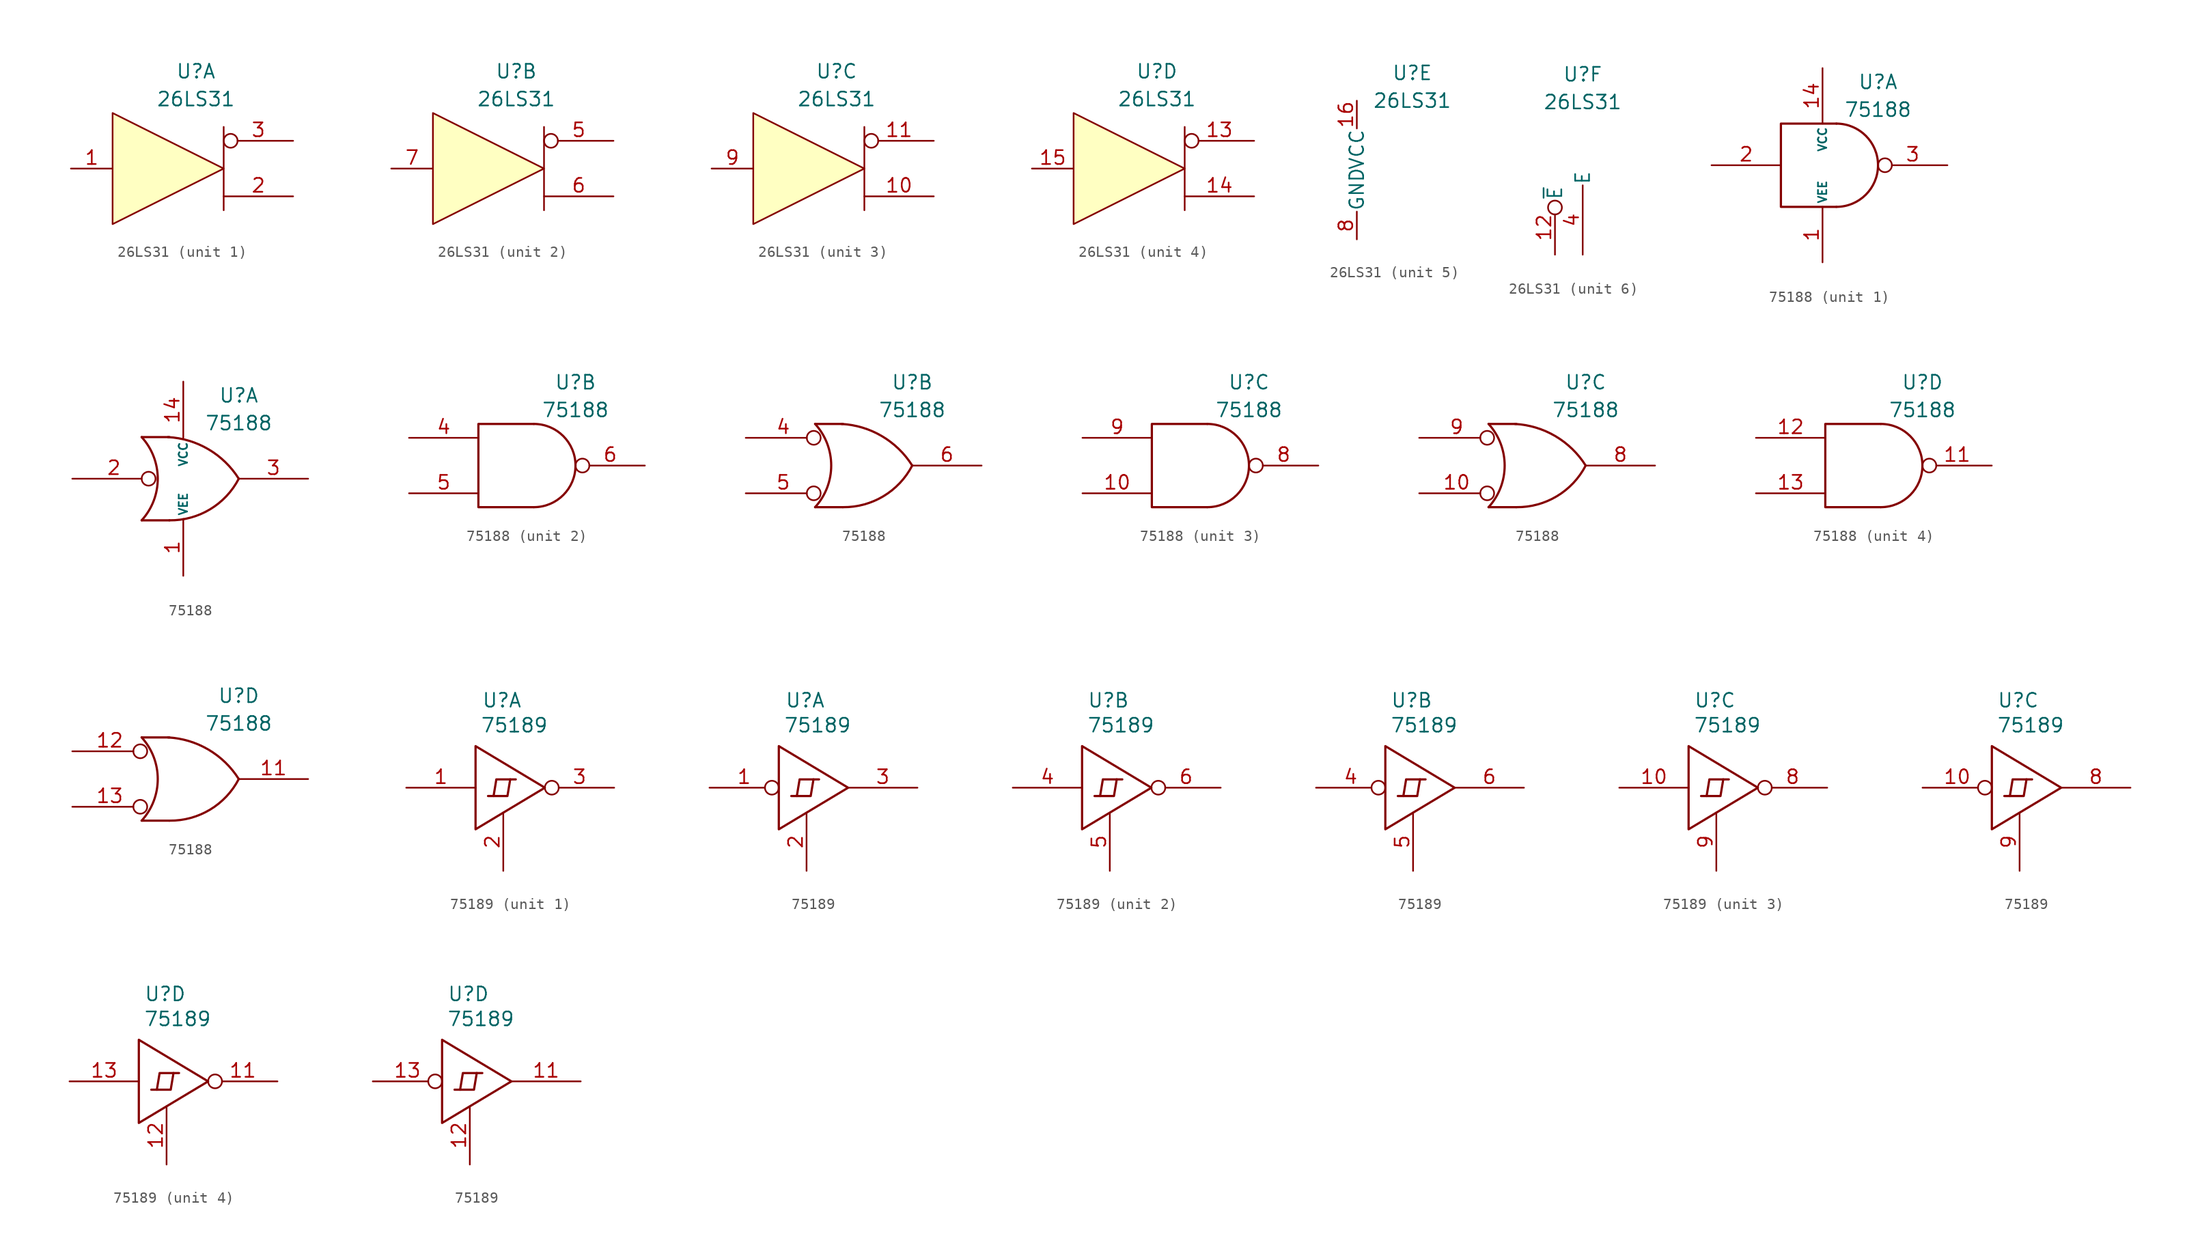
<source format=kicad_sym>
(kicad_symbol_lib
  (version 20211014)
  (generator kicad_symbol_editor)
  (symbol "26LS31"
    (pin_names
      (offset 0.025))
    (property "Reference" "U"
      (at 5.08 8.89 0)
      (effects (font (size 1.27 1.27))))
    (property "Value" "26LS31"
      (at 5.08 6.35 0)
      (effects (font (size 1.27 1.27))))
    (property "Footprint" ""
      (at 0 0 0)
      (effects (font (size 1.524 1.524))))
    (property "Datasheet" ""
      (at 0 0 0)
      (effects (font (size 1.524 1.524))))
    (property "ki_locked" ""
      (at 0 0 0)
      (effects (font (size 1.27 1.27))))
    (symbol "26LS31_1_0"
      (polyline (pts (xy 7.62 3.81) (xy 7.62 -3.81)) (stroke (width 0) (type default) (color 0 0 0 0)) (fill (type none)))
      (polyline (pts (xy 7.62 0) (xy -2.54 -5.08) (xy -2.54 5.08) (xy 7.62 0)) (stroke (width 0.152) (type default) (color 0 0 0 0)) (fill (type background))))
    (symbol "26LS31_1_1"
      (pin input line (at -6.35 0 0) (length 3.81) (name "~" (effects (font (size 1.27 1.27)))) (number "1" (effects (font (size 1.27 1.27)))))
      (pin tri_state line (at 13.97 -2.54 180) (length 6.35) (name "~" (effects (font (size 1.27 1.27)))) (number "2" (effects (font (size 1.27 1.27)))))
      (pin tri_state inverted (at 13.97 2.54 180) (length 6.35) (name "~" (effects (font (size 1.27 1.27)))) (number "3" (effects (font (size 1.27 1.27))))))
    (symbol "26LS31_2_0"
      (polyline (pts (xy 7.62 3.81) (xy 7.62 -3.81)) (stroke (width 0.152) (type default) (color 0 0 0 0)) (fill (type none)))
      (polyline (pts (xy 7.62 0) (xy -2.54 -5.08) (xy -2.54 5.08) (xy 7.62 0)) (stroke (width 0.152) (type default) (color 0 0 0 0)) (fill (type background))))
    (symbol "26LS31_2_1"
      (pin tri_state inverted (at 13.97 2.54 180) (length 6.35) (name "~" (effects (font (size 1.27 1.27)))) (number "5" (effects (font (size 1.27 1.27)))))
      (pin tri_state line (at 13.97 -2.54 180) (length 6.35) (name "~" (effects (font (size 1.27 1.27)))) (number "6" (effects (font (size 1.27 1.27)))))
      (pin input line (at -6.35 0 0) (length 3.81) (name "~" (effects (font (size 1.27 1.27)))) (number "7" (effects (font (size 1.27 1.27))))))
    (symbol "26LS31_3_0"
      (polyline (pts (xy 7.62 3.81) (xy 7.62 -3.81)) (stroke (width 0.152) (type default) (color 0 0 0 0)) (fill (type none)))
      (polyline (pts (xy 7.62 0) (xy -2.54 -5.08) (xy -2.54 5.08) (xy 7.62 0)) (stroke (width 0.152) (type default) (color 0 0 0 0)) (fill (type background))))
    (symbol "26LS31_3_1"
      (pin tri_state line (at 13.97 -2.54 180) (length 6.35) (name "~" (effects (font (size 1.27 1.27)))) (number "10" (effects (font (size 1.27 1.27)))))
      (pin tri_state inverted (at 13.97 2.54 180) (length 6.35) (name "~" (effects (font (size 1.27 1.27)))) (number "11" (effects (font (size 1.27 1.27)))))
      (pin input line (at -6.35 0 0) (length 3.81) (name "~" (effects (font (size 1.27 1.27)))) (number "9" (effects (font (size 1.27 1.27))))))
    (symbol "26LS31_4_0"
      (polyline (pts (xy 7.62 3.81) (xy 7.62 -3.81)) (stroke (width 0.152) (type default) (color 0 0 0 0)) (fill (type none)))
      (polyline (pts (xy 7.62 0) (xy -2.54 -5.08) (xy -2.54 5.08) (xy 7.62 0)) (stroke (width 0.152) (type default) (color 0 0 0 0)) (fill (type background))))
    (symbol "26LS31_4_1"
      (pin tri_state inverted (at 13.97 2.54 180) (length 6.35) (name "~" (effects (font (size 1.27 1.27)))) (number "13" (effects (font (size 1.27 1.27)))))
      (pin tri_state line (at 13.97 -2.54 180) (length 6.35) (name "~" (effects (font (size 1.27 1.27)))) (number "14" (effects (font (size 1.27 1.27)))))
      (pin input line (at -6.35 0 0) (length 3.81) (name "~" (effects (font (size 1.27 1.27)))) (number "15" (effects (font (size 1.27 1.27))))))
    (symbol "26LS31_5_1"
      (pin power_in line (at 0 6.35 270) (length 2.54) (name "VCC" (effects (font (size 1.27 1.27)))) (number "16" (effects (font (size 1.27 1.27)))))
      (pin power_in line (at 0 -6.35 90) (length 2.54) (name "GND" (effects (font (size 1.27 1.27)))) (number "8" (effects (font (size 1.27 1.27))))))
    (symbol "26LS31_6_1"
      (pin input inverted (at 2.54 -7.62 90) (length 4.953) (name "~{E}" (effects (font (size 1.27 1.27)))) (number "12" (effects (font (size 1.27 1.27)))))
      (pin input line (at 5.08 -7.62 90) (length 6.35) (name "E" (effects (font (size 1.27 1.27)))) (number "4" (effects (font (size 1.27 1.27)))))))
  (symbol "75188"
    (pin_names
      (offset 0.254))
    (property "Reference" "U"
      (at 5.08 7.62 0)
      (effects (font (size 1.27 1.27))))
    (property "Value" "75188"
      (at 5.08 5.08 0)
      (effects (font (size 1.27 1.27))))
    (property "Footprint" ""
      (at 0 0 0)
      (effects (font (size 1.524 1.524))))
    (property "Datasheet" ""
      (at 0 0 0)
      (effects (font (size 1.524 1.524))))
    (symbol "75188_0_0"
      (pin power_in line (at -3.81 -3.81 90) (length 0) hide (name "GND" (effects (font (size 1.016 1.016)))) (number "7" (effects (font (size 1.016 1.016))))))
    (symbol "75188_0_1"
      (polyline (pts (xy 1.27 3.81) (xy -3.81 3.81) (xy -3.81 -3.81) (xy 1.27 -3.81)) (stroke (width 0.203) (type default) (color 0 0 0 0)) (fill (type none)))
      (arc (start 1.27 -3.81) (mid 5.08 0) (end 1.27 3.81) (stroke (width 0.2032) (type default) (color 0 0 0 0)) (fill (type none))))
    (symbol "75188_0_2"
      (arc (start -3.81 -3.81) (mid -2.337 0) (end -3.81 3.81) (stroke (width 0.2032) (type default) (color 0 0 0 0)) (fill (type none)))
      (arc (start -1.27 -3.81) (mid 2.445 -2.805) (end 5.08 0) (stroke (width 0.2032) (type default) (color 0 0 0 0)) (fill (type none)))
      (polyline (pts (xy -3.81 -3.81) (xy -1.27 -3.81)) (stroke (width 0.203) (type default) (color 0 0 0 0)) (fill (type none)))
      (polyline (pts (xy -3.81 3.81) (xy -1.27 3.81)) (stroke (width 0.203) (type default) (color 0 0 0 0)) (fill (type none)))
      (arc (start 5.08 0) (mid 2.3052 2.6933) (end -1.397 3.81) (stroke (width 0.2032) (type default) (color 0 0 0 0)) (fill (type none))))
    (symbol "75188_1_1"
      (pin power_in line (at 0 -8.89 90) (length 5.08) (name "VEE" (effects (font (size 0.762 0.762)))) (number "1" (effects (font (size 1.27 1.27)))))
      (pin power_in line (at 0 8.89 270) (length 5.08) (name "VCC" (effects (font (size 0.762 0.762)))) (number "14" (effects (font (size 1.27 1.27)))))
      (pin input line (at -10.16 0 0) (length 6.35) (name "~" (effects (font (size 1.27 1.27)))) (number "2" (effects (font (size 1.27 1.27)))))
      (pin output inverted (at 11.43 0 180) (length 6.35) (name "~" (effects (font (size 1.27 1.27)))) (number "3" (effects (font (size 1.27 1.27))))))
    (symbol "75188_1_2"
      (pin power_in line (at 0 -8.89 90) (length 5.207) (name "VEE" (effects (font (size 0.762 0.762)))) (number "1" (effects (font (size 1.27 1.27)))))
      (pin power_in line (at 0 8.89 270) (length 5.207) (name "VCC" (effects (font (size 0.762 0.762)))) (number "14" (effects (font (size 1.27 1.27)))))
      (pin input inverted (at -10.16 0 0) (length 7.62) (name "~" (effects (font (size 1.27 1.27)))) (number "2" (effects (font (size 1.27 1.27)))))
      (pin output line (at 11.43 0 180) (length 6.35) (name "~" (effects (font (size 1.27 1.27)))) (number "3" (effects (font (size 1.27 1.27))))))
    (symbol "75188_2_1"
      (pin input line (at -10.16 2.54 0) (length 6.35) (name "~" (effects (font (size 1.27 1.27)))) (number "4" (effects (font (size 1.27 1.27)))))
      (pin input line (at -10.16 -2.54 0) (length 6.35) (name "~" (effects (font (size 1.27 1.27)))) (number "5" (effects (font (size 1.27 1.27)))))
      (pin output inverted (at 11.43 0 180) (length 6.35) (name "~" (effects (font (size 1.27 1.27)))) (number "6" (effects (font (size 1.27 1.27))))))
    (symbol "75188_2_2"
      (pin input inverted (at -10.16 2.54 0) (length 6.858) (name "~" (effects (font (size 1.27 1.27)))) (number "4" (effects (font (size 1.27 1.27)))))
      (pin input inverted (at -10.16 -2.54 0) (length 6.858) (name "~" (effects (font (size 1.27 1.27)))) (number "5" (effects (font (size 1.27 1.27)))))
      (pin output line (at 11.43 0 180) (length 6.35) (name "~" (effects (font (size 1.27 1.27)))) (number "6" (effects (font (size 1.27 1.27))))))
    (symbol "75188_3_1"
      (pin input line (at -10.16 -2.54 0) (length 6.35) (name "~" (effects (font (size 1.27 1.27)))) (number "10" (effects (font (size 1.27 1.27)))))
      (pin output inverted (at 11.43 0 180) (length 6.35) (name "~" (effects (font (size 1.27 1.27)))) (number "8" (effects (font (size 1.27 1.27)))))
      (pin input line (at -10.16 2.54 0) (length 6.35) (name "~" (effects (font (size 1.27 1.27)))) (number "9" (effects (font (size 1.27 1.27))))))
    (symbol "75188_3_2"
      (pin input inverted (at -10.16 -2.54 0) (length 6.858) (name "~" (effects (font (size 1.27 1.27)))) (number "10" (effects (font (size 1.27 1.27)))))
      (pin output line (at 11.43 0 180) (length 6.35) (name "~" (effects (font (size 1.27 1.27)))) (number "8" (effects (font (size 1.27 1.27)))))
      (pin input inverted (at -10.16 2.54 0) (length 6.858) (name "~" (effects (font (size 1.27 1.27)))) (number "9" (effects (font (size 1.27 1.27))))))
    (symbol "75188_4_1"
      (pin output inverted (at 11.43 0 180) (length 6.35) (name "~" (effects (font (size 1.27 1.27)))) (number "11" (effects (font (size 1.27 1.27)))))
      (pin input line (at -10.16 2.54 0) (length 6.35) (name "~" (effects (font (size 1.27 1.27)))) (number "12" (effects (font (size 1.27 1.27)))))
      (pin input line (at -10.16 -2.54 0) (length 6.35) (name "~" (effects (font (size 1.27 1.27)))) (number "13" (effects (font (size 1.27 1.27))))))
    (symbol "75188_4_2"
      (pin output line (at 11.43 0 180) (length 6.35) (name "~" (effects (font (size 1.27 1.27)))) (number "11" (effects (font (size 1.27 1.27)))))
      (pin input inverted (at -10.16 2.54 0) (length 6.858) (name "~" (effects (font (size 1.27 1.27)))) (number "12" (effects (font (size 1.27 1.27)))))
      (pin input inverted (at -10.16 -2.54 0) (length 6.858) (name "~" (effects (font (size 1.27 1.27)))) (number "13" (effects (font (size 1.27 1.27)))))))
  (symbol "75189"
    (pin_names
      (offset 0.762) hide)
    (property "Reference" "U"
      (at -0.127 8.001 0)
      (effects (font (size 1.27 1.27))))
    (property "Value" "75189"
      (at 1.016 5.715 0)
      (effects (font (size 1.27 1.27))))
    (property "Footprint" ""
      (at 0 0 0)
      (effects (font (size 1.524 1.524))))
    (property "Datasheet" ""
      (at 0 0 0)
      (effects (font (size 1.524 1.524))))
    (symbol "75189_0_0"
      (polyline (pts (xy -1.397 -0.762) (xy 0.381 -0.762) (xy 0.635 0.762)) (stroke (width 0.203) (type default) (color 0 0 0 0)) (fill (type none)))
      (polyline (pts (xy -0.889 -0.762) (xy -0.635 0.762) (xy 1.143 0.762)) (stroke (width 0.203) (type default) (color 0 0 0 0)) (fill (type none)))
      (polyline (pts (xy -2.54 3.81) (xy -2.54 -3.81) (xy 3.81 0) (xy -2.54 3.81)) (stroke (width 0.203) (type default) (color 0 0 0 0)) (fill (type none)))
      (pin power_in line (at -2.54 3.81 90) (length 0) hide (name "VCC" (effects (font (size 1.016 1.016)))) (number "14" (effects (font (size 1.016 1.016)))))
      (pin power_in line (at -2.54 -3.81 90) (length 0) hide (name "GND" (effects (font (size 1.016 1.016)))) (number "7" (effects (font (size 1.016 1.016))))))
    (symbol "75189_1_0"
      (pin passive line (at 0 -7.62 90) (length 5.334) (name "~" (effects (font (size 1.27 1.27)))) (number "2" (effects (font (size 1.27 1.27))))))
    (symbol "75189_1_1"
      (pin input line (at -8.89 0 0) (length 6.35) (name "~" (effects (font (size 1.27 1.27)))) (number "1" (effects (font (size 1.27 1.27)))))
      (pin output inverted (at 10.16 0 180) (length 6.35) (name "~" (effects (font (size 1.27 1.27)))) (number "3" (effects (font (size 1.27 1.27))))))
    (symbol "75189_1_2"
      (pin input inverted (at -8.89 0 0) (length 6.35) (name "~" (effects (font (size 1.27 1.27)))) (number "1" (effects (font (size 1.27 1.27)))))
      (pin output line (at 10.16 0 180) (length 6.35) (name "~" (effects (font (size 1.27 1.27)))) (number "3" (effects (font (size 1.27 1.27))))))
    (symbol "75189_2_0"
      (pin passive line (at 0 -7.62 90) (length 5.334) (name "~" (effects (font (size 1.27 1.27)))) (number "5" (effects (font (size 1.27 1.27))))))
    (symbol "75189_2_1"
      (pin input line (at -8.89 0 0) (length 6.35) (name "~" (effects (font (size 1.27 1.27)))) (number "4" (effects (font (size 1.27 1.27)))))
      (pin output inverted (at 10.16 0 180) (length 6.35) (name "~" (effects (font (size 1.27 1.27)))) (number "6" (effects (font (size 1.27 1.27))))))
    (symbol "75189_2_2"
      (pin input inverted (at -8.89 0 0) (length 6.35) (name "~" (effects (font (size 1.27 1.27)))) (number "4" (effects (font (size 1.27 1.27)))))
      (pin output line (at 10.16 0 180) (length 6.35) (name "~" (effects (font (size 1.27 1.27)))) (number "6" (effects (font (size 1.27 1.27))))))
    (symbol "75189_3_0"
      (pin passive line (at 0 -7.62 90) (length 5.334) (name "~" (effects (font (size 1.27 1.27)))) (number "9" (effects (font (size 1.27 1.27))))))
    (symbol "75189_3_1"
      (pin input line (at -8.89 0 0) (length 6.35) (name "~" (effects (font (size 1.27 1.27)))) (number "10" (effects (font (size 1.27 1.27)))))
      (pin output inverted (at 10.16 0 180) (length 6.35) (name "~" (effects (font (size 1.27 1.27)))) (number "8" (effects (font (size 1.27 1.27))))))
    (symbol "75189_3_2"
      (pin input inverted (at -8.89 0 0) (length 6.35) (name "~" (effects (font (size 1.27 1.27)))) (number "10" (effects (font (size 1.27 1.27)))))
      (pin output line (at 10.16 0 180) (length 6.35) (name "~" (effects (font (size 1.27 1.27)))) (number "8" (effects (font (size 1.27 1.27))))))
    (symbol "75189_4_0"
      (pin passive line (at 0 -7.62 90) (length 5.334) (name "~" (effects (font (size 1.27 1.27)))) (number "12" (effects (font (size 1.27 1.27))))))
    (symbol "75189_4_1"
      (pin output inverted (at 10.16 0 180) (length 6.35) (name "~" (effects (font (size 1.27 1.27)))) (number "11" (effects (font (size 1.27 1.27)))))
      (pin input line (at -8.89 0 0) (length 6.35) (name "~" (effects (font (size 1.27 1.27)))) (number "13" (effects (font (size 1.27 1.27))))))
    (symbol "75189_4_2"
      (pin output line (at 10.16 0 180) (length 6.35) (name "~" (effects (font (size 1.27 1.27)))) (number "11" (effects (font (size 1.27 1.27)))))
      (pin input inverted (at -8.89 0 0) (length 6.35) (name "~" (effects (font (size 1.27 1.27)))) (number "13" (effects (font (size 1.27 1.27))))))))
</source>
